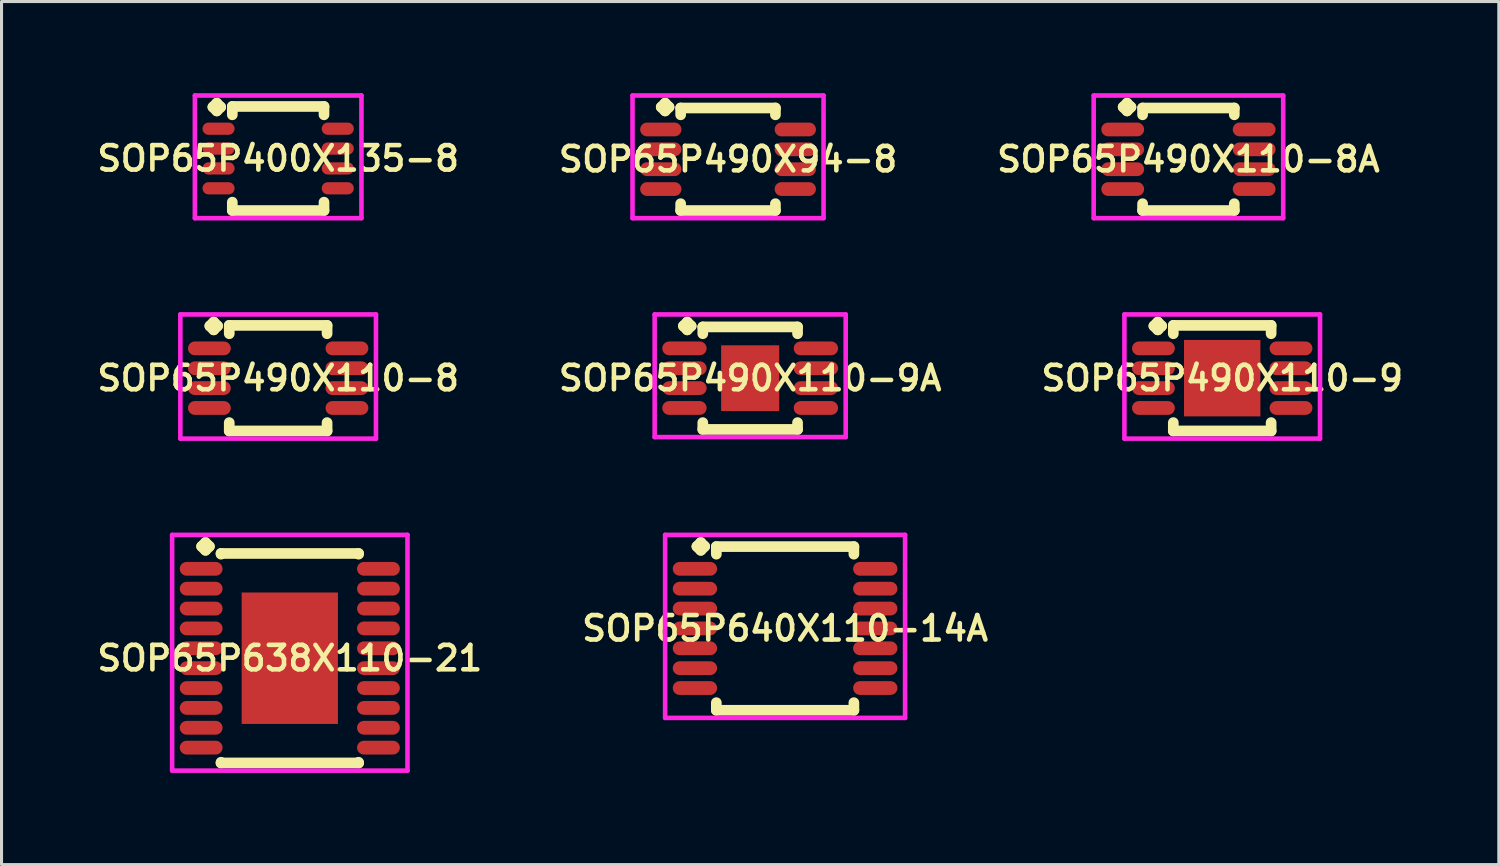
<source format=kicad_pcb>
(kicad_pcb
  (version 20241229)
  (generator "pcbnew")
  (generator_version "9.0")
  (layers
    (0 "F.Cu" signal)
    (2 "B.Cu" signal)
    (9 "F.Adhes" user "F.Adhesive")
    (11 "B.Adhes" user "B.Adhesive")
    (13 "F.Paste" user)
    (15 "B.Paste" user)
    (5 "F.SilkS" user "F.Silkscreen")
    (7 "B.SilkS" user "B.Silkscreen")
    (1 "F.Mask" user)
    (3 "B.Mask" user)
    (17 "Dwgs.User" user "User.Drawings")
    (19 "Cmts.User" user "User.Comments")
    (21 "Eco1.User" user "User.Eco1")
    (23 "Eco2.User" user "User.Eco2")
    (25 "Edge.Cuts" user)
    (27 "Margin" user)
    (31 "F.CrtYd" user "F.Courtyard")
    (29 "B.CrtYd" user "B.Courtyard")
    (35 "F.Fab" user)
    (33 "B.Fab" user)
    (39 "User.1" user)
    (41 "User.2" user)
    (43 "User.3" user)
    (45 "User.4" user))
  (footprint "SOP65P490X94-8"
    (layer "F.Cu")
    (at 20.768 2.16)
    (property "Reference" "SOP65P490X94-8" (at 0 0 0) (layer "F.SilkS") (effects (font (size 0.8 0.8) (thickness 0.15))))
    (attr smd)
    (fp_line (start -2.185 -1.708) (end -2.058 -1.835) (stroke (width 0.35) (type solid)) (layer "F.SilkS"))
    (fp_line (start -2.058 -1.835) (end -1.931 -1.708) (stroke (width 0.35) (type solid)) (layer "F.SilkS"))
    (fp_line (start -2.058 -1.581) (end -2.185 -1.708) (stroke (width 0.35) (type solid)) (layer "F.SilkS"))
    (fp_line (start -1.931 -1.708) (end -2.058 -1.581) (stroke (width 0.35) (type solid)) (layer "F.SilkS"))
    (fp_line (start -1.55 -1.677) (end 1.55 -1.677) (stroke (width 0.35) (type solid)) (layer "F.SilkS"))
    (fp_line (start -1.55 -1.454) (end -1.55 -1.677) (stroke (width 0.35) (type solid)) (layer "F.SilkS"))
    (fp_line (start -1.55 1.454) (end -1.55 1.677) (stroke (width 0.35) (type solid)) (layer "F.SilkS"))
    (fp_line (start -1.55 1.677) (end 1.55 1.677) (stroke (width 0.35) (type solid)) (layer "F.SilkS"))
    (fp_line (start 1.55 -1.677) (end 1.55 -1.454) (stroke (width 0.35) (type solid)) (layer "F.SilkS"))
    (fp_line (start 1.55 1.677) (end 1.55 1.454) (stroke (width 0.35) (type solid)) (layer "F.SilkS"))
    (fp_line (start -3.125 -2.085) (end 3.125 -2.085) (stroke (width 0.15) (type solid)) (layer "F.CrtYd"))
    (fp_line (start -3.125 1.927) (end -3.125 -2.085) (stroke (width 0.15) (type solid)) (layer "F.CrtYd"))
    (fp_line (start 3.125 -2.085) (end 3.125 1.927) (stroke (width 0.15) (type solid)) (layer "F.CrtYd"))
    (fp_line (start 3.125 1.927) (end -3.125 1.927) (stroke (width 0.15) (type solid)) (layer "F.CrtYd"))
    (pad "1" smd oval (at -2.2 -0.975) (size 1.35 0.45) (layers "F.Cu" "F.Mask" "F.Paste"))
    (pad "2" smd oval (at -2.2 -0.325) (size 1.35 0.45) (layers "F.Cu" "F.Mask" "F.Paste"))
    (pad "3" smd oval (at -2.2 0.325) (size 1.35 0.45) (layers "F.Cu" "F.Mask" "F.Paste"))
    (pad "4" smd oval (at -2.2 0.975) (size 1.35 0.45) (layers "F.Cu" "F.Mask" "F.Paste"))
    (pad "5" smd oval (at 2.2 0.975) (size 1.35 0.45) (layers "F.Cu" "F.Mask" "F.Paste"))
    (pad "6" smd oval (at 2.2 0.325) (size 1.35 0.45) (layers "F.Cu" "F.Mask" "F.Paste"))
    (pad "7" smd oval (at 2.2 -0.325) (size 1.35 0.45) (layers "F.Cu" "F.Mask" "F.Paste"))
    (pad "8" smd oval (at 2.2 -0.975) (size 1.35 0.45) (layers "F.Cu" "F.Mask" "F.Paste")))
  (footprint "SOP65P490X110-8A"
    (layer "F.Cu")
    (at 35.83 2.16)
    (property "Reference" "SOP65P490X110-8A" (at 0 0 0) (layer "F.SilkS") (effects (font (size 0.8 0.8) (thickness 0.15))))
    (attr smd)
    (fp_line (start -2.135 -1.708) (end -2.008 -1.835) (stroke (width 0.35) (type solid)) (layer "F.SilkS"))
    (fp_line (start -2.008 -1.835) (end -1.881 -1.708) (stroke (width 0.35) (type solid)) (layer "F.SilkS"))
    (fp_line (start -2.008 -1.581) (end -2.135 -1.708) (stroke (width 0.35) (type solid)) (layer "F.SilkS"))
    (fp_line (start -1.881 -1.708) (end -2.008 -1.581) (stroke (width 0.35) (type solid)) (layer "F.SilkS"))
    (fp_line (start -1.5 -1.677) (end 1.5 -1.677) (stroke (width 0.35) (type solid)) (layer "F.SilkS"))
    (fp_line (start -1.5 -1.454) (end -1.5 -1.677) (stroke (width 0.35) (type solid)) (layer "F.SilkS"))
    (fp_line (start -1.5 1.454) (end -1.5 1.677) (stroke (width 0.35) (type solid)) (layer "F.SilkS"))
    (fp_line (start -1.5 1.677) (end 1.5 1.677) (stroke (width 0.35) (type solid)) (layer "F.SilkS"))
    (fp_line (start 1.5 -1.677) (end 1.5 -1.454) (stroke (width 0.35) (type solid)) (layer "F.SilkS"))
    (fp_line (start 1.5 1.677) (end 1.5 1.454) (stroke (width 0.35) (type solid)) (layer "F.SilkS"))
    (fp_line (start -3.1 -2.085) (end 3.1 -2.085) (stroke (width 0.15) (type solid)) (layer "F.CrtYd"))
    (fp_line (start -3.1 1.927) (end -3.1 -2.085) (stroke (width 0.15) (type solid)) (layer "F.CrtYd"))
    (fp_line (start 3.1 -2.085) (end 3.1 1.927) (stroke (width 0.15) (type solid)) (layer "F.CrtYd"))
    (fp_line (start 3.1 1.927) (end -3.1 1.927) (stroke (width 0.15) (type solid)) (layer "F.CrtYd"))
    (pad "1" smd oval (at -2.15 -0.975) (size 1.4 0.45) (layers "F.Cu" "F.Mask" "F.Paste"))
    (pad "2" smd oval (at -2.15 -0.325) (size 1.4 0.45) (layers "F.Cu" "F.Mask" "F.Paste"))
    (pad "3" smd oval (at -2.15 0.325) (size 1.4 0.45) (layers "F.Cu" "F.Mask" "F.Paste"))
    (pad "4" smd oval (at -2.15 0.975) (size 1.4 0.45) (layers "F.Cu" "F.Mask" "F.Paste"))
    (pad "5" smd oval (at 2.15 0.975) (size 1.4 0.45) (layers "F.Cu" "F.Mask" "F.Paste"))
    (pad "6" smd oval (at 2.15 0.325) (size 1.4 0.45) (layers "F.Cu" "F.Mask" "F.Paste"))
    (pad "7" smd oval (at 2.15 -0.325) (size 1.4 0.45) (layers "F.Cu" "F.Mask" "F.Paste"))
    (pad "8" smd oval (at 2.15 -0.975) (size 1.4 0.45) (layers "F.Cu" "F.Mask" "F.Paste")))
  (footprint "SOP65P400X135-8"
    (layer "F.Cu")
    (at 6.05 2.135)
    (property "Reference" "SOP65P400X135-8" (at 0 0 0) (layer "F.SilkS") (effects (font (size 0.8 0.8) (thickness 0.15))))
    (attr smd)
    (fp_line (start -2.135 -1.683) (end -2.008 -1.81) (stroke (width 0.35) (type solid)) (layer "F.SilkS"))
    (fp_line (start -2.008 -1.81) (end -1.881 -1.683) (stroke (width 0.35) (type solid)) (layer "F.SilkS"))
    (fp_line (start -2.008 -1.556) (end -2.135 -1.683) (stroke (width 0.35) (type solid)) (layer "F.SilkS"))
    (fp_line (start -1.881 -1.683) (end -2.008 -1.556) (stroke (width 0.35) (type solid)) (layer "F.SilkS"))
    (fp_line (start -1.5 -1.702) (end 1.5 -1.702) (stroke (width 0.35) (type solid)) (layer "F.SilkS"))
    (fp_line (start -1.5 -1.429) (end -1.5 -1.702) (stroke (width 0.35) (type solid)) (layer "F.SilkS"))
    (fp_line (start -1.5 1.429) (end -1.5 1.702) (stroke (width 0.35) (type solid)) (layer "F.SilkS"))
    (fp_line (start -1.5 1.702) (end 1.5 1.702) (stroke (width 0.35) (type solid)) (layer "F.SilkS"))
    (fp_line (start 1.5 -1.702) (end 1.5 -1.429) (stroke (width 0.35) (type solid)) (layer "F.SilkS"))
    (fp_line (start 1.5 1.702) (end 1.5 1.429) (stroke (width 0.35) (type solid)) (layer "F.SilkS"))
    (fp_line (start -2.725 -2.06) (end 2.725 -2.06) (stroke (width 0.15) (type solid)) (layer "F.CrtYd"))
    (fp_line (start -2.725 1.952) (end -2.725 -2.06) (stroke (width 0.15) (type solid)) (layer "F.CrtYd"))
    (fp_line (start 2.725 -2.06) (end 2.725 1.952) (stroke (width 0.15) (type solid)) (layer "F.CrtYd"))
    (fp_line (start 2.725 1.952) (end -2.725 1.952) (stroke (width 0.15) (type solid)) (layer "F.CrtYd"))
    (pad "1" smd oval (at -1.95 -0.975) (size 1.05 0.4) (layers "F.Cu" "F.Mask" "F.Paste"))
    (pad "2" smd oval (at -1.95 -0.325) (size 1.05 0.4) (layers "F.Cu" "F.Mask" "F.Paste"))
    (pad "3" smd oval (at -1.95 0.325) (size 1.05 0.4) (layers "F.Cu" "F.Mask" "F.Paste"))
    (pad "4" smd oval (at -1.95 0.975) (size 1.05 0.4) (layers "F.Cu" "F.Mask" "F.Paste"))
    (pad "5" smd oval (at 1.95 0.975) (size 1.05 0.4) (layers "F.Cu" "F.Mask" "F.Paste"))
    (pad "6" smd oval (at 1.95 0.325) (size 1.05 0.4) (layers "F.Cu" "F.Mask" "F.Paste"))
    (pad "7" smd oval (at 1.95 -0.325) (size 1.05 0.4) (layers "F.Cu" "F.Mask" "F.Paste"))
    (pad "8" smd oval (at 1.95 -0.975) (size 1.05 0.4) (layers "F.Cu" "F.Mask" "F.Paste")))
  (footprint "SOP65P490X110-9A"
    (layer "F.Cu")
    (at 21.492 9.322)
    (property "Reference" "SOP65P490X110-9A" (at 0 0 0) (layer "F.SilkS") (effects (font (size 0.8 0.8) (thickness 0.15))))
    (attr through_hole)
    (fp_line (start -2.185 -1.708) (end -2.058 -1.835) (stroke (width 0.35) (type solid)) (layer "F.SilkS"))
    (fp_line (start -2.058 -1.835) (end -1.931 -1.708) (stroke (width 0.35) (type solid)) (layer "F.SilkS"))
    (fp_line (start -2.058 -1.581) (end -2.185 -1.708) (stroke (width 0.35) (type solid)) (layer "F.SilkS"))
    (fp_line (start -1.931 -1.708) (end -2.058 -1.581) (stroke (width 0.35) (type solid)) (layer "F.SilkS"))
    (fp_line (start -1.55 -1.677) (end 1.55 -1.677) (stroke (width 0.35) (type solid)) (layer "F.SilkS"))
    (fp_line (start -1.55 -1.454) (end -1.55 -1.677) (stroke (width 0.35) (type solid)) (layer "F.SilkS"))
    (fp_line (start -1.55 1.454) (end -1.55 1.677) (stroke (width 0.35) (type solid)) (layer "F.SilkS"))
    (fp_line (start -1.55 1.677) (end 1.55 1.677) (stroke (width 0.35) (type solid)) (layer "F.SilkS"))
    (fp_line (start 1.55 -1.677) (end 1.55 -1.454) (stroke (width 0.35) (type solid)) (layer "F.SilkS"))
    (fp_line (start 1.55 1.677) (end 1.55 1.454) (stroke (width 0.35) (type solid)) (layer "F.SilkS"))
    (fp_line (start -3.125 -2.085) (end 3.125 -2.085) (stroke (width 0.15) (type solid)) (layer "F.CrtYd"))
    (fp_line (start -3.125 1.927) (end -3.125 -2.085) (stroke (width 0.15) (type solid)) (layer "F.CrtYd"))
    (fp_line (start 3.125 -2.085) (end 3.125 1.927) (stroke (width 0.15) (type solid)) (layer "F.CrtYd"))
    (fp_line (start 3.125 1.927) (end -3.125 1.927) (stroke (width 0.15) (type solid)) (layer "F.CrtYd"))
    (pad "1" smd oval (at -2.15 -0.975) (size 1.45 0.45) (layers "F.Cu" "F.Mask" "F.Paste"))
    (pad "2" smd oval (at -2.15 -0.325) (size 1.45 0.45) (layers "F.Cu" "F.Mask" "F.Paste"))
    (pad "3" smd oval (at -2.15 0.325) (size 1.45 0.45) (layers "F.Cu" "F.Mask" "F.Paste"))
    (pad "4" smd oval (at -2.15 0.975) (size 1.45 0.45) (layers "F.Cu" "F.Mask" "F.Paste"))
    (pad "5" smd oval (at 2.15 0.975) (size 1.45 0.45) (layers "F.Cu" "F.Mask" "F.Paste"))
    (pad "6" smd oval (at 2.15 0.325) (size 1.45 0.45) (layers "F.Cu" "F.Mask" "F.Paste"))
    (pad "7" smd oval (at 2.15 -0.325) (size 1.45 0.45) (layers "F.Cu" "F.Mask" "F.Paste"))
    (pad "8" smd oval (at 2.15 -0.975) (size 1.45 0.45) (layers "F.Cu" "F.Mask" "F.Paste"))
    (pad "9" smd rect (at 0 0) (size 1.9 2.15) (layers "F.Cu" "F.Mask" "F.Paste")))
  (footprint "SOP65P638X110-21"
    (layer "F.Cu")
    (at 6.431 18.484)
    (property "Reference" "SOP65P638X110-21" (at 0 0 0) (layer "F.SilkS") (effects (font (size 0.8 0.8) (thickness 0.15))))
    (attr smd)
    (fp_line (start -2.885 -3.658) (end -2.758 -3.785) (stroke (width 0.35) (type solid)) (layer "F.SilkS"))
    (fp_line (start -2.758 -3.785) (end -2.631 -3.658) (stroke (width 0.35) (type solid)) (layer "F.SilkS"))
    (fp_line (start -2.758 -3.531) (end -2.885 -3.658) (stroke (width 0.35) (type solid)) (layer "F.SilkS"))
    (fp_line (start -2.631 -3.658) (end -2.758 -3.531) (stroke (width 0.35) (type solid)) (layer "F.SilkS"))
    (fp_line (start -2.25 -3.427) (end 2.25 -3.427) (stroke (width 0.35) (type solid)) (layer "F.SilkS"))
    (fp_line (start -2.25 -3.404) (end -2.25 -3.427) (stroke (width 0.35) (type solid)) (layer "F.SilkS"))
    (fp_line (start -2.25 3.404) (end -2.25 3.427) (stroke (width 0.35) (type solid)) (layer "F.SilkS"))
    (fp_line (start -2.25 3.427) (end 2.25 3.427) (stroke (width 0.35) (type solid)) (layer "F.SilkS"))
    (fp_line (start 2.25 -3.427) (end 2.25 -3.404) (stroke (width 0.35) (type solid)) (layer "F.SilkS"))
    (fp_line (start 2.25 3.427) (end 2.25 3.404) (stroke (width 0.35) (type solid)) (layer "F.SilkS"))
    (fp_line (start -3.85 -4.035) (end 3.85 -4.035) (stroke (width 0.15) (type solid)) (layer "F.CrtYd"))
    (fp_line (start -3.85 3.677) (end -3.85 -4.035) (stroke (width 0.15) (type solid)) (layer "F.CrtYd"))
    (fp_line (start 3.85 -4.035) (end 3.85 3.677) (stroke (width 0.15) (type solid)) (layer "F.CrtYd"))
    (fp_line (start 3.85 3.677) (end -3.85 3.677) (stroke (width 0.15) (type solid)) (layer "F.CrtYd"))
    (pad "1" smd oval (at -2.9 -2.925) (size 1.4 0.45) (layers "F.Cu" "F.Mask" "F.Paste"))
    (pad "2" smd oval (at -2.9 -2.275) (size 1.4 0.45) (layers "F.Cu" "F.Mask" "F.Paste"))
    (pad "3" smd oval (at -2.9 -1.625) (size 1.4 0.45) (layers "F.Cu" "F.Mask" "F.Paste"))
    (pad "4" smd oval (at -2.9 -0.975) (size 1.4 0.45) (layers "F.Cu" "F.Mask" "F.Paste"))
    (pad "5" smd oval (at -2.9 -0.325) (size 1.4 0.45) (layers "F.Cu" "F.Mask" "F.Paste"))
    (pad "6" smd oval (at -2.9 0.325) (size 1.4 0.45) (layers "F.Cu" "F.Mask" "F.Paste"))
    (pad "7" smd oval (at -2.9 0.975) (size 1.4 0.45) (layers "F.Cu" "F.Mask" "F.Paste"))
    (pad "8" smd oval (at -2.9 1.625) (size 1.4 0.45) (layers "F.Cu" "F.Mask" "F.Paste"))
    (pad "9" smd oval (at -2.9 2.275) (size 1.4 0.45) (layers "F.Cu" "F.Mask" "F.Paste"))
    (pad "10" smd oval (at -2.9 2.925) (size 1.4 0.45) (layers "F.Cu" "F.Mask" "F.Paste"))
    (pad "11" smd oval (at 2.9 2.925) (size 1.4 0.45) (layers "F.Cu" "F.Mask" "F.Paste"))
    (pad "12" smd oval (at 2.9 2.275) (size 1.4 0.45) (layers "F.Cu" "F.Mask" "F.Paste"))
    (pad "13" smd oval (at 2.9 1.625) (size 1.4 0.45) (layers "F.Cu" "F.Mask" "F.Paste"))
    (pad "14" smd oval (at 2.9 0.975) (size 1.4 0.45) (layers "F.Cu" "F.Mask" "F.Paste"))
    (pad "15" smd oval (at 2.9 0.325) (size 1.4 0.45) (layers "F.Cu" "F.Mask" "F.Paste"))
    (pad "16" smd oval (at 2.9 -0.325) (size 1.4 0.45) (layers "F.Cu" "F.Mask" "F.Paste"))
    (pad "17" smd oval (at 2.9 -0.975) (size 1.4 0.45) (layers "F.Cu" "F.Mask" "F.Paste"))
    (pad "18" smd oval (at 2.9 -1.625) (size 1.4 0.45) (layers "F.Cu" "F.Mask" "F.Paste"))
    (pad "19" smd oval (at 2.9 -2.275) (size 1.4 0.45) (layers "F.Cu" "F.Mask" "F.Paste"))
    (pad "20" smd oval (at 2.9 -2.925) (size 1.4 0.45) (layers "F.Cu" "F.Mask" "F.Paste"))
    (pad "21" smd rect (at 0 0) (size 3.15 4.3) (layers "F.Cu" "F.Mask" "F.Paste")))
  (footprint "SOP65P490X110-9"
    (layer "F.Cu")
    (at 36.935 9.322)
    (property "Reference" "SOP65P490X110-9" (at 0 0 0) (layer "F.SilkS") (effects (font (size 0.8 0.8) (thickness 0.15))))
    (attr through_hole)
    (fp_line (start -2.235 -1.708) (end -2.108 -1.835) (stroke (width 0.35) (type solid)) (layer "F.SilkS"))
    (fp_line (start -2.108 -1.835) (end -1.981 -1.708) (stroke (width 0.35) (type solid)) (layer "F.SilkS"))
    (fp_line (start -2.108 -1.581) (end -2.235 -1.708) (stroke (width 0.35) (type solid)) (layer "F.SilkS"))
    (fp_line (start -1.981 -1.708) (end -2.108 -1.581) (stroke (width 0.35) (type solid)) (layer "F.SilkS"))
    (fp_line (start -1.6 -1.727) (end 1.6 -1.727) (stroke (width 0.35) (type solid)) (layer "F.SilkS"))
    (fp_line (start -1.6 -1.454) (end -1.6 -1.727) (stroke (width 0.35) (type solid)) (layer "F.SilkS"))
    (fp_line (start -1.6 1.454) (end -1.6 1.727) (stroke (width 0.35) (type solid)) (layer "F.SilkS"))
    (fp_line (start -1.6 1.727) (end 1.6 1.727) (stroke (width 0.35) (type solid)) (layer "F.SilkS"))
    (fp_line (start 1.6 -1.727) (end 1.6 -1.454) (stroke (width 0.35) (type solid)) (layer "F.SilkS"))
    (fp_line (start 1.6 1.727) (end 1.6 1.454) (stroke (width 0.35) (type solid)) (layer "F.SilkS"))
    (fp_line (start -3.2 -2.085) (end 3.2 -2.085) (stroke (width 0.15) (type solid)) (layer "F.CrtYd"))
    (fp_line (start -3.2 1.977) (end -3.2 -2.085) (stroke (width 0.15) (type solid)) (layer "F.CrtYd"))
    (fp_line (start 3.2 -2.085) (end 3.2 1.977) (stroke (width 0.15) (type solid)) (layer "F.CrtYd"))
    (fp_line (start 3.2 1.977) (end -3.2 1.977) (stroke (width 0.15) (type solid)) (layer "F.CrtYd"))
    (pad "1" smd oval (at -2.25 -0.975) (size 1.4 0.45) (layers "F.Cu" "F.Mask" "F.Paste"))
    (pad "2" smd oval (at -2.25 -0.325) (size 1.4 0.45) (layers "F.Cu" "F.Mask" "F.Paste"))
    (pad "3" smd oval (at -2.25 0.325) (size 1.4 0.45) (layers "F.Cu" "F.Mask" "F.Paste"))
    (pad "4" smd oval (at -2.25 0.975) (size 1.4 0.45) (layers "F.Cu" "F.Mask" "F.Paste"))
    (pad "5" smd oval (at 2.25 0.975) (size 1.4 0.45) (layers "F.Cu" "F.Mask" "F.Paste"))
    (pad "6" smd oval (at 2.25 0.325) (size 1.4 0.45) (layers "F.Cu" "F.Mask" "F.Paste"))
    (pad "7" smd oval (at 2.25 -0.325) (size 1.4 0.45) (layers "F.Cu" "F.Mask" "F.Paste"))
    (pad "8" smd oval (at 2.25 -0.975) (size 1.4 0.45) (layers "F.Cu" "F.Mask" "F.Paste"))
    (pad "9" smd rect (at 0 0) (size 2.5 2.5) (layers "F.Cu" "F.Mask" "F.Paste")))
  (footprint "SOP65P640X110-14A"
    (layer "F.Cu")
    (at 22.635 17.509)
    (property "Reference" "SOP65P640X110-14A" (at 0 0 0) (layer "F.SilkS") (effects (font (size 0.8 0.8) (thickness 0.15))))
    (attr smd)
    (fp_line (start -2.885 -2.683) (end -2.758 -2.81) (stroke (width 0.35) (type solid)) (layer "F.SilkS"))
    (fp_line (start -2.758 -2.81) (end -2.631 -2.683) (stroke (width 0.35) (type solid)) (layer "F.SilkS"))
    (fp_line (start -2.758 -2.556) (end -2.885 -2.683) (stroke (width 0.35) (type solid)) (layer "F.SilkS"))
    (fp_line (start -2.631 -2.683) (end -2.758 -2.556) (stroke (width 0.35) (type solid)) (layer "F.SilkS"))
    (fp_line (start -2.25 -2.677) (end 2.25 -2.677) (stroke (width 0.35) (type solid)) (layer "F.SilkS"))
    (fp_line (start -2.25 -2.429) (end -2.25 -2.677) (stroke (width 0.35) (type solid)) (layer "F.SilkS"))
    (fp_line (start -2.25 2.429) (end -2.25 2.677) (stroke (width 0.35) (type solid)) (layer "F.SilkS"))
    (fp_line (start -2.25 2.677) (end 2.25 2.677) (stroke (width 0.35) (type solid)) (layer "F.SilkS"))
    (fp_line (start 2.25 -2.677) (end 2.25 -2.429) (stroke (width 0.35) (type solid)) (layer "F.SilkS"))
    (fp_line (start 2.25 2.677) (end 2.25 2.429) (stroke (width 0.35) (type solid)) (layer "F.SilkS"))
    (fp_line (start -3.925 -3.06) (end 3.925 -3.06) (stroke (width 0.15) (type solid)) (layer "F.CrtYd"))
    (fp_line (start -3.925 2.927) (end -3.925 -3.06) (stroke (width 0.15) (type solid)) (layer "F.CrtYd"))
    (fp_line (start 3.925 -3.06) (end 3.925 2.927) (stroke (width 0.15) (type solid)) (layer "F.CrtYd"))
    (fp_line (start 3.925 2.927) (end -3.925 2.927) (stroke (width 0.15) (type solid)) (layer "F.CrtYd"))
    (pad "1" smd oval (at -2.95 -1.95) (size 1.45 0.45) (layers "F.Cu" "F.Mask" "F.Paste"))
    (pad "2" smd oval (at -2.95 -1.3) (size 1.45 0.45) (layers "F.Cu" "F.Mask" "F.Paste"))
    (pad "3" smd oval (at -2.95 -0.65) (size 1.45 0.45) (layers "F.Cu" "F.Mask" "F.Paste"))
    (pad "4" smd oval (at -2.95 0) (size 1.45 0.45) (layers "F.Cu" "F.Mask" "F.Paste"))
    (pad "5" smd oval (at -2.95 0.65) (size 1.45 0.45) (layers "F.Cu" "F.Mask" "F.Paste"))
    (pad "6" smd oval (at -2.95 1.3) (size 1.45 0.45) (layers "F.Cu" "F.Mask" "F.Paste"))
    (pad "7" smd oval (at -2.95 1.95) (size 1.45 0.45) (layers "F.Cu" "F.Mask" "F.Paste"))
    (pad "8" smd oval (at 2.95 1.95) (size 1.45 0.45) (layers "F.Cu" "F.Mask" "F.Paste"))
    (pad "9" smd oval (at 2.95 1.3) (size 1.45 0.45) (layers "F.Cu" "F.Mask" "F.Paste"))
    (pad "10" smd oval (at 2.95 0.65) (size 1.45 0.45) (layers "F.Cu" "F.Mask" "F.Paste"))
    (pad "11" smd oval (at 2.95 0) (size 1.45 0.45) (layers "F.Cu" "F.Mask" "F.Paste"))
    (pad "12" smd oval (at 2.95 -0.65) (size 1.45 0.45) (layers "F.Cu" "F.Mask" "F.Paste"))
    (pad "13" smd oval (at 2.95 -1.3) (size 1.45 0.45) (layers "F.Cu" "F.Mask" "F.Paste"))
    (pad "14" smd oval (at 2.95 -1.95) (size 1.45 0.45) (layers "F.Cu" "F.Mask" "F.Paste")))
  (footprint "SOP65P490X110-8"
    (layer "F.Cu")
    (at 6.05 9.322)
    (property "Reference" "SOP65P490X110-8" (at 0 0 0) (layer "F.SilkS") (effects (font (size 0.8 0.8) (thickness 0.15))))
    (attr smd)
    (fp_line (start -2.235 -1.708) (end -2.108 -1.835) (stroke (width 0.35) (type solid)) (layer "F.SilkS"))
    (fp_line (start -2.108 -1.835) (end -1.981 -1.708) (stroke (width 0.35) (type solid)) (layer "F.SilkS"))
    (fp_line (start -2.108 -1.581) (end -2.235 -1.708) (stroke (width 0.35) (type solid)) (layer "F.SilkS"))
    (fp_line (start -1.981 -1.708) (end -2.108 -1.581) (stroke (width 0.35) (type solid)) (layer "F.SilkS"))
    (fp_line (start -1.6 -1.727) (end 1.6 -1.727) (stroke (width 0.35) (type solid)) (layer "F.SilkS"))
    (fp_line (start -1.6 -1.454) (end -1.6 -1.727) (stroke (width 0.35) (type solid)) (layer "F.SilkS"))
    (fp_line (start -1.6 1.454) (end -1.6 1.727) (stroke (width 0.35) (type solid)) (layer "F.SilkS"))
    (fp_line (start -1.6 1.727) (end 1.6 1.727) (stroke (width 0.35) (type solid)) (layer "F.SilkS"))
    (fp_line (start 1.6 -1.727) (end 1.6 -1.454) (stroke (width 0.35) (type solid)) (layer "F.SilkS"))
    (fp_line (start 1.6 1.727) (end 1.6 1.454) (stroke (width 0.35) (type solid)) (layer "F.SilkS"))
    (fp_line (start -3.2 -2.085) (end 3.2 -2.085) (stroke (width 0.15) (type solid)) (layer "F.CrtYd"))
    (fp_line (start -3.2 1.977) (end -3.2 -2.085) (stroke (width 0.15) (type solid)) (layer "F.CrtYd"))
    (fp_line (start 3.2 -2.085) (end 3.2 1.977) (stroke (width 0.15) (type solid)) (layer "F.CrtYd"))
    (fp_line (start 3.2 1.977) (end -3.2 1.977) (stroke (width 0.15) (type solid)) (layer "F.CrtYd"))
    (pad "1" smd oval (at -2.25 -0.975) (size 1.4 0.45) (layers "F.Cu" "F.Mask" "F.Paste"))
    (pad "2" smd oval (at -2.25 -0.325) (size 1.4 0.45) (layers "F.Cu" "F.Mask" "F.Paste"))
    (pad "3" smd oval (at -2.25 0.325) (size 1.4 0.45) (layers "F.Cu" "F.Mask" "F.Paste"))
    (pad "4" smd oval (at -2.25 0.975) (size 1.4 0.45) (layers "F.Cu" "F.Mask" "F.Paste"))
    (pad "5" smd oval (at 2.25 0.975) (size 1.4 0.45) (layers "F.Cu" "F.Mask" "F.Paste"))
    (pad "6" smd oval (at 2.25 0.325) (size 1.4 0.45) (layers "F.Cu" "F.Mask" "F.Paste"))
    (pad "7" smd oval (at 2.25 -0.325) (size 1.4 0.45) (layers "F.Cu" "F.Mask" "F.Paste"))
    (pad "8" smd oval (at 2.25 -0.975) (size 1.4 0.45) (layers "F.Cu" "F.Mask" "F.Paste")))
  (gr_rect
    (start -3 -3)
    (end 45.984 25.236)
    (stroke (width 0.1) (type default))
    (fill no)
    (layer "Edge.Cuts")))
</source>
